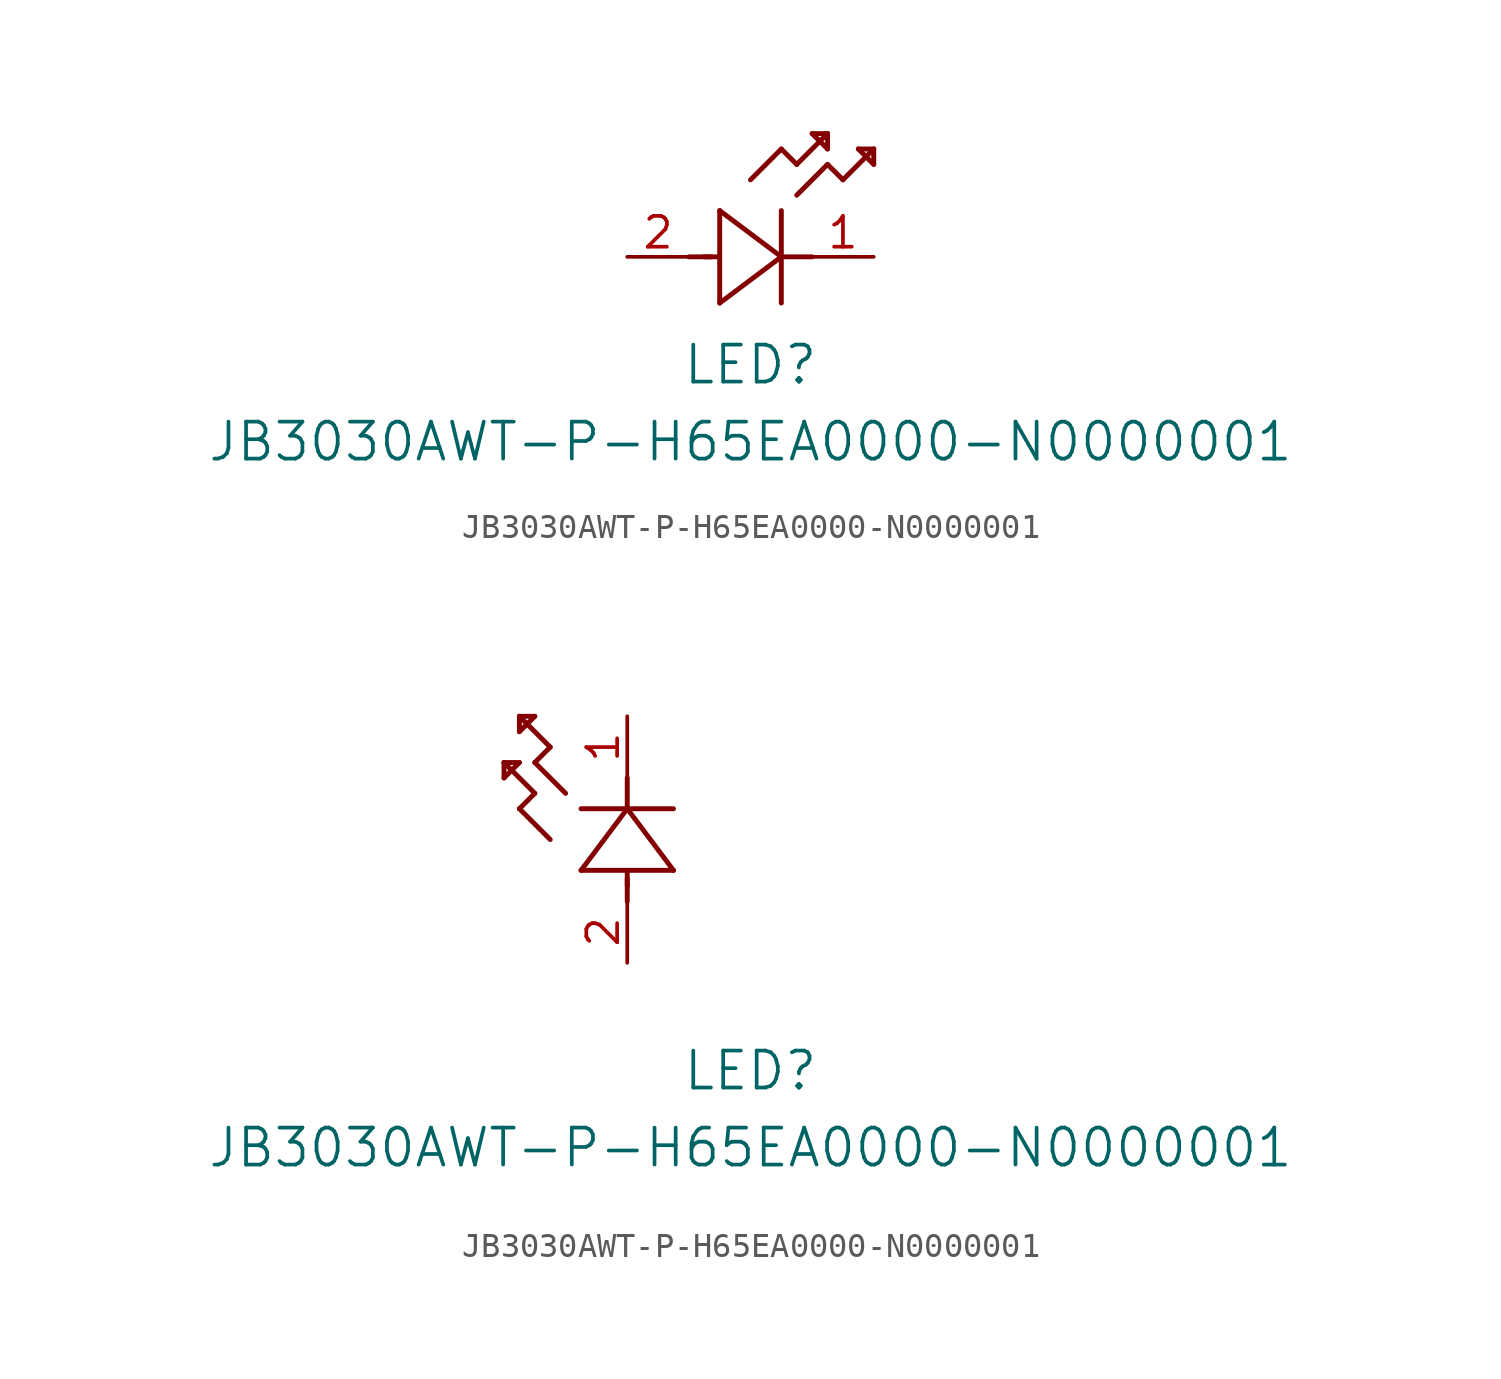
<source format=kicad_sym>
(kicad_symbol_lib
  (version 20211014)
  (generator kicad_symbol_editor)
  (symbol "JB3030AWT-P-H65EA0000-N0000001"
    (pin_names
      (offset 0.254))
    (property "Reference" "LED"
      (at 5.08 -4.445 0)
      (effects (font (size 1.524 1.524))))
    (property "Value" "JB3030AWT-P-H65EA0000-N0000001"
      (at 5.08 -7.62 0)
      (effects (font (size 1.524 1.524))))
    (symbol "JB3030AWT-P-H65EA0000-N0000001_1_1"
      (polyline (pts (xy 2.54 0) (xy 3.48 0)) (stroke (width 0.203) (type default) (color 0 0 0 0)) (fill (type none)))
      (polyline (pts (xy 3.81 1.905) (xy 3.81 -1.905)) (stroke (width 0.203) (type default) (color 0 0 0 0)) (fill (type none)))
      (polyline (pts (xy 3.175 0) (xy 3.81 0)) (stroke (width 0.203) (type default) (color 0 0 0 0)) (fill (type none)))
      (polyline (pts (xy 6.35 -1.905) (xy 6.35 1.905)) (stroke (width 0.203) (type default) (color 0 0 0 0)) (fill (type none)))
      (polyline (pts (xy 6.35 0) (xy 7.62 0)) (stroke (width 0.203) (type default) (color 0 0 0 0)) (fill (type none)))
      (polyline (pts (xy 6.35 4.445) (xy 6.985 3.81)) (stroke (width 0.203) (type default) (color 0 0 0 0)) (fill (type none)))
      (polyline (pts (xy 6.985 3.81) (xy 8.255 5.08)) (stroke (width 0.203) (type default) (color 0 0 0 0)) (fill (type none)))
      (polyline (pts (xy 8.255 3.81) (xy 8.89 3.175)) (stroke (width 0.203) (type default) (color 0 0 0 0)) (fill (type none)))
      (polyline (pts (xy 8.89 3.175) (xy 10.16 4.445)) (stroke (width 0.203) (type default) (color 0 0 0 0)) (fill (type none)))
      (polyline (pts (xy 8.255 5.08) (xy 7.62 5.08)) (stroke (width 0.203) (type default) (color 0 0 0 0)) (fill (type none)))
      (polyline (pts (xy 7.62 5.08) (xy 8.255 4.445)) (stroke (width 0.203) (type default) (color 0 0 0 0)) (fill (type none)))
      (polyline (pts (xy 8.255 4.445) (xy 8.255 5.08)) (stroke (width 0.203) (type default) (color 0 0 0 0)) (fill (type none)))
      (polyline (pts (xy 10.16 4.445) (xy 9.525 4.445)) (stroke (width 0.203) (type default) (color 0 0 0 0)) (fill (type none)))
      (polyline (pts (xy 9.525 4.445) (xy 10.16 3.81)) (stroke (width 0.203) (type default) (color 0 0 0 0)) (fill (type none)))
      (polyline (pts (xy 10.16 3.81) (xy 10.16 4.445)) (stroke (width 0.203) (type default) (color 0 0 0 0)) (fill (type none)))
      (polyline (pts (xy 6.985 2.54) (xy 8.255 3.81)) (stroke (width 0.203) (type default) (color 0 0 0 0)) (fill (type none)))
      (polyline (pts (xy 6.35 0) (xy 3.81 1.905)) (stroke (width 0.203) (type default) (color 0 0 0 0)) (fill (type none)))
      (polyline (pts (xy 3.81 -1.905) (xy 6.35 0)) (stroke (width 0.203) (type default) (color 0 0 0 0)) (fill (type none)))
      (polyline (pts (xy 5.08 3.175) (xy 6.35 4.445)) (stroke (width 0.203) (type default) (color 0 0 0 0)) (fill (type none)))
      (pin unspecified line (at 10.16 0 180) (length 2.54) (name "" (effects (font (size 1.27 1.27)))) (number "1" (effects (font (size 1.27 1.27)))))
      (pin unspecified line (at 0 0 0) (length 2.54) (name "" (effects (font (size 1.27 1.27)))) (number "2" (effects (font (size 1.27 1.27))))))
    (symbol "JB3030AWT-P-H65EA0000-N0000001_1_2"
      (polyline (pts (xy 0 2.54) (xy 0 3.48)) (stroke (width 0.203) (type default) (color 0 0 0 0)) (fill (type none)))
      (polyline (pts (xy -1.905 3.81) (xy 1.905 3.81)) (stroke (width 0.203) (type default) (color 0 0 0 0)) (fill (type none)))
      (polyline (pts (xy 0 3.175) (xy 0 3.81)) (stroke (width 0.203) (type default) (color 0 0 0 0)) (fill (type none)))
      (polyline (pts (xy 1.905 6.35) (xy -1.905 6.35)) (stroke (width 0.203) (type default) (color 0 0 0 0)) (fill (type none)))
      (polyline (pts (xy 0 6.35) (xy 0 7.62)) (stroke (width 0.203) (type default) (color 0 0 0 0)) (fill (type none)))
      (polyline (pts (xy 0 6.35) (xy -1.905 3.81)) (stroke (width 0.203) (type default) (color 0 0 0 0)) (fill (type none)))
      (polyline (pts (xy 1.905 3.81) (xy 0 6.35)) (stroke (width 0.203) (type default) (color 0 0 0 0)) (fill (type none)))
      (polyline (pts (xy -4.445 6.35) (xy -3.81 6.985)) (stroke (width 0.203) (type default) (color 0 0 0 0)) (fill (type none)))
      (polyline (pts (xy -2.54 6.985) (xy -3.81 8.255)) (stroke (width 0.203) (type default) (color 0 0 0 0)) (fill (type none)))
      (polyline (pts (xy -3.175 5.08) (xy -4.445 6.35)) (stroke (width 0.203) (type default) (color 0 0 0 0)) (fill (type none)))
      (polyline (pts (xy -4.445 10.16) (xy -4.445 9.525)) (stroke (width 0.203) (type default) (color 0 0 0 0)) (fill (type none)))
      (polyline (pts (xy -4.445 9.525) (xy -3.81 10.16)) (stroke (width 0.203) (type default) (color 0 0 0 0)) (fill (type none)))
      (polyline (pts (xy -3.81 10.16) (xy -4.445 10.16)) (stroke (width 0.203) (type default) (color 0 0 0 0)) (fill (type none)))
      (polyline (pts (xy -3.81 8.255) (xy -3.175 8.89)) (stroke (width 0.203) (type default) (color 0 0 0 0)) (fill (type none)))
      (polyline (pts (xy -3.175 8.89) (xy -4.445 10.16)) (stroke (width 0.203) (type default) (color 0 0 0 0)) (fill (type none)))
      (polyline (pts (xy -3.81 6.985) (xy -5.08 8.255)) (stroke (width 0.203) (type default) (color 0 0 0 0)) (fill (type none)))
      (polyline (pts (xy -5.08 8.255) (xy -5.08 7.62)) (stroke (width 0.203) (type default) (color 0 0 0 0)) (fill (type none)))
      (polyline (pts (xy -5.08 7.62) (xy -4.445 8.255)) (stroke (width 0.203) (type default) (color 0 0 0 0)) (fill (type none)))
      (polyline (pts (xy -4.445 8.255) (xy -5.08 8.255)) (stroke (width 0.203) (type default) (color 0 0 0 0)) (fill (type none)))
      (pin unspecified line (at 0 10.16 270) (length 2.54) (name "" (effects (font (size 1.27 1.27)))) (number "1" (effects (font (size 1.27 1.27)))))
      (pin unspecified line (at 0 0 90) (length 2.54) (name "" (effects (font (size 1.27 1.27)))) (number "2" (effects (font (size 1.27 1.27))))))))
</source>
